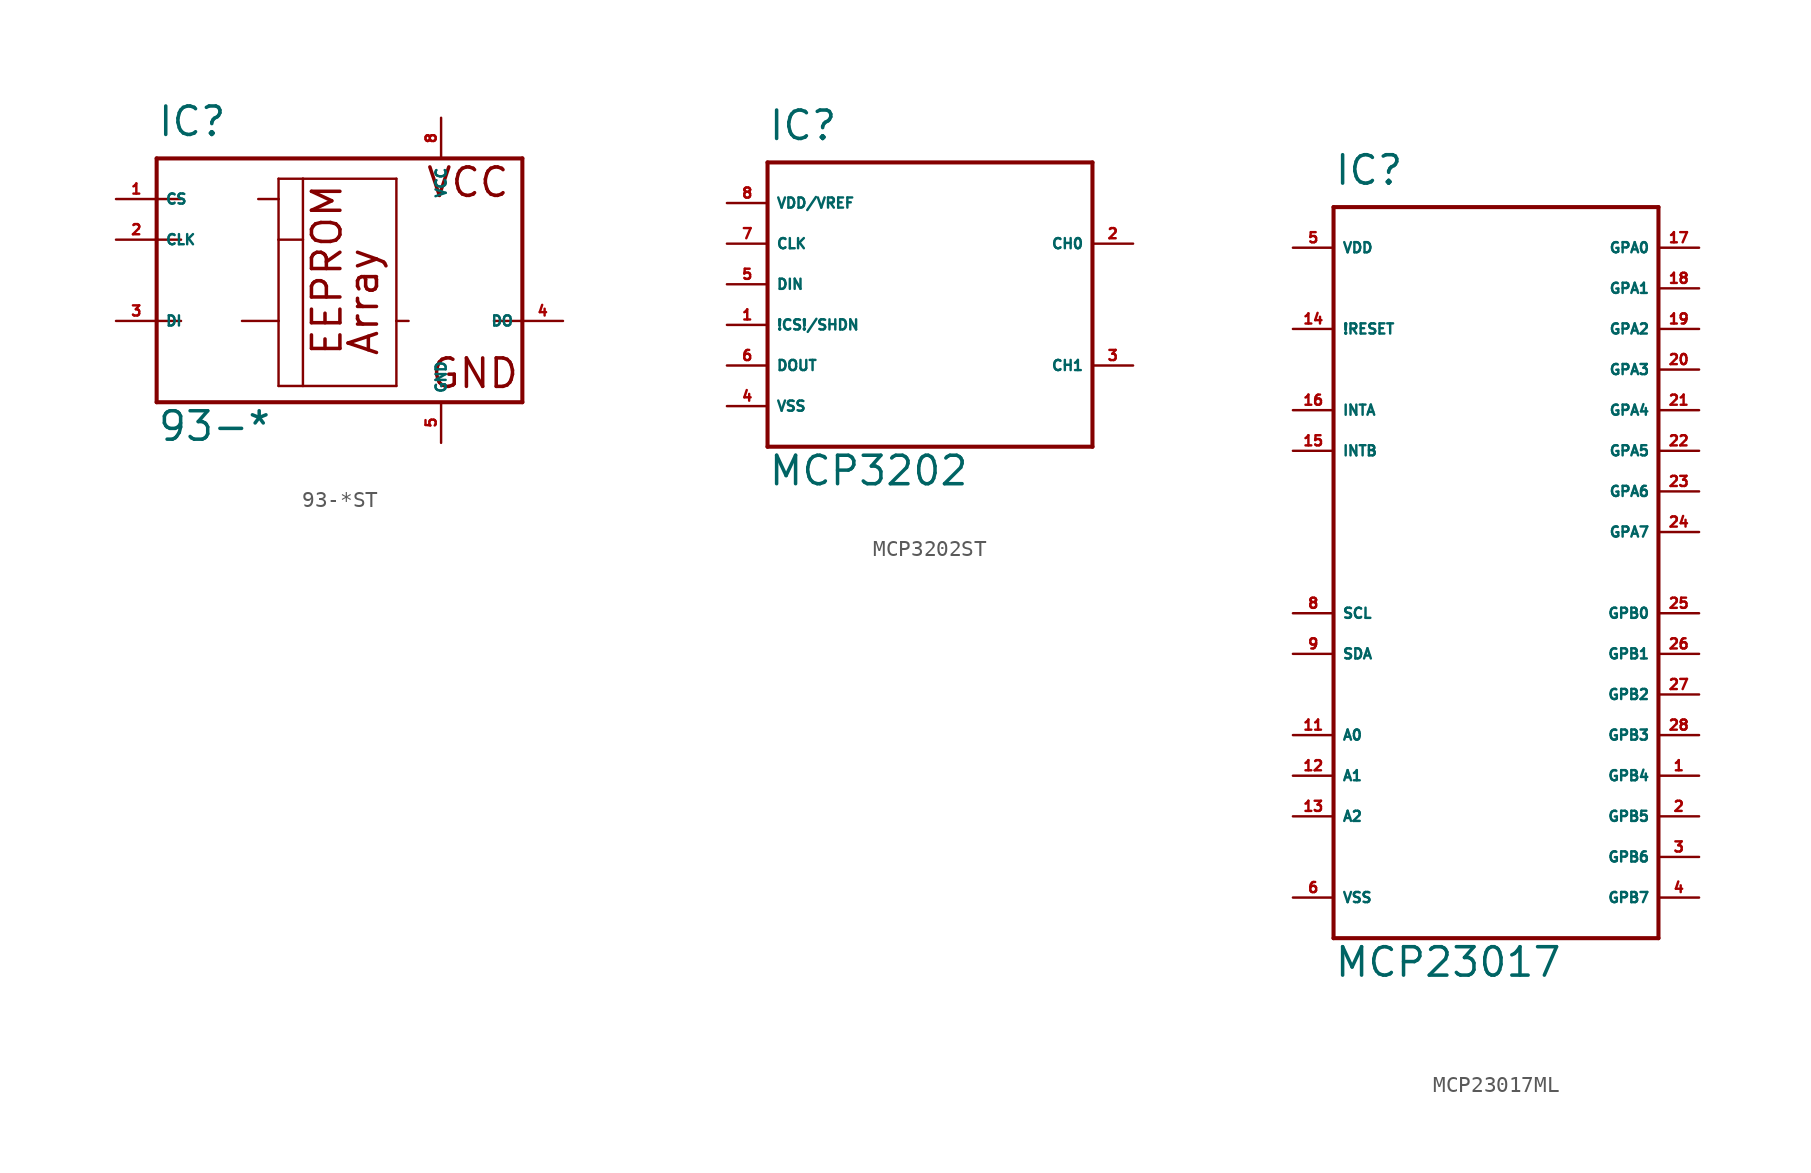
<source format=kicad_sym>
(kicad_symbol_lib
  (version 20220914)
  (generator Eagle2Kicad)
  (symbol "93-*ST"
    (property "Reference" "IC"
      (at -10.16 8.89 0)
      (effects (font (size 1.778 1.778) (thickness 0.22)) (justify left bottom)))
    (property "Value" "93-*"
      (at -10.16 -10.16 0)
      (effects (font (size 1.778 1.778) (thickness 0.22)) (justify left bottom)))
    (polyline
      (pts (xy -10.16 7.62) (xy 12.7 7.62))
      (stroke (width 0.254) (type default))
      (fill (type none)))
    (polyline
      (pts (xy 12.7 7.62) (xy 12.7 -2.54))
      (stroke (width 0.254) (type default))
      (fill (type none)))
    (polyline
      (pts (xy 12.7 -2.54) (xy 12.7 -7.62))
      (stroke (width 0.254) (type default))
      (fill (type none)))
    (polyline
      (pts (xy 12.7 -7.62) (xy -10.16 -7.62))
      (stroke (width 0.254) (type default))
      (fill (type none)))
    (polyline
      (pts (xy -10.16 -7.62) (xy -10.16 -2.54))
      (stroke (width 0.254) (type default))
      (fill (type none)))
    (polyline
      (pts (xy -10.16 -2.54) (xy -10.16 2.54))
      (stroke (width 0.254) (type default))
      (fill (type none)))
    (polyline
      (pts (xy -10.16 2.54) (xy -10.16 5.08))
      (stroke (width 0.254) (type default))
      (fill (type none)))
    (polyline
      (pts (xy -10.16 5.08) (xy -10.16 7.62))
      (stroke (width 0.254) (type default))
      (fill (type none)))
    (polyline
      (pts (xy -2.54 6.35) (xy -1.016 6.35))
      (stroke (width 0.152) (type default))
      (fill (type none)))
    (polyline
      (pts (xy -1.016 6.35) (xy 4.826 6.35))
      (stroke (width 0.152) (type default))
      (fill (type none)))
    (polyline
      (pts (xy 4.826 6.35) (xy 4.826 -2.54))
      (stroke (width 0.152) (type default))
      (fill (type none)))
    (polyline
      (pts (xy 4.826 -2.54) (xy 4.826 -6.604))
      (stroke (width 0.152) (type default))
      (fill (type none)))
    (polyline
      (pts (xy 4.826 -6.604) (xy -1.016 -6.604))
      (stroke (width 0.152) (type default))
      (fill (type none)))
    (polyline
      (pts (xy -1.016 -6.604) (xy -2.54 -6.604))
      (stroke (width 0.152) (type default))
      (fill (type none)))
    (polyline
      (pts (xy -2.54 -6.604) (xy -2.54 -2.54))
      (stroke (width 0.152) (type default))
      (fill (type none)))
    (polyline
      (pts (xy -2.54 -2.54) (xy -2.54 2.54))
      (stroke (width 0.152) (type default))
      (fill (type none)))
    (polyline
      (pts (xy -2.54 2.54) (xy -2.54 5.08))
      (stroke (width 0.152) (type default))
      (fill (type none)))
    (polyline
      (pts (xy -2.54 5.08) (xy -2.54 6.35))
      (stroke (width 0.152) (type default))
      (fill (type none)))
    (polyline
      (pts (xy -4.826 -2.54) (xy -2.54 -2.54))
      (stroke (width 0.152) (type default))
      (fill (type none)))
    (polyline
      (pts (xy -10.16 2.54) (xy -8.636 2.54))
      (stroke (width 0.152) (type default))
      (fill (type none)))
    (polyline
      (pts (xy -10.16 -2.54) (xy -8.636 -2.54))
      (stroke (width 0.152) (type default))
      (fill (type none)))
    (polyline
      (pts (xy 12.7 -2.54) (xy 10.922 -2.54))
      (stroke (width 0.152) (type default))
      (fill (type none)))
    (polyline
      (pts (xy 5.588 -2.54) (xy 4.826 -2.54))
      (stroke (width 0.152) (type default))
      (fill (type none)))
    (polyline
      (pts (xy -1.016 6.35) (xy -1.016 2.54))
      (stroke (width 0.152) (type default))
      (fill (type none)))
    (polyline
      (pts (xy -1.016 2.54) (xy -1.016 -6.604))
      (stroke (width 0.152) (type default))
      (fill (type none)))
    (polyline
      (pts (xy -10.16 5.08) (xy -8.636 5.08))
      (stroke (width 0.152) (type default))
      (fill (type none)))
    (polyline
      (pts (xy -3.81 5.08) (xy -2.54 5.08))
      (stroke (width 0.152) (type default))
      (fill (type none)))
    (polyline
      (pts (xy -1.016 2.54) (xy -2.54 2.54))
      (stroke (width 0.152) (type default))
      (fill (type none)))
    (text "Array"
      (at 3.81 -4.826 900)
      (effects (font (size 1.778 1.778) (thickness 0.22)) (justify left bottom)))
    (text "VCC"
      (at 6.604 5.08 0)
      (effects (font (size 1.778 1.778) (thickness 0.22)) (justify left bottom)))
    (text "GND"
      (at 6.858 -6.858 0)
      (effects (font (size 1.778 1.778) (thickness 0.22)) (justify left bottom)))
    (text "EEPROM"
      (at 1.524 -4.826 900)
      (effects (font (size 1.778 1.778) (thickness 0.22)) (justify left bottom)))
    (pin unspecified line
      (at 7.62 10.16 270)
      (length 2.54)
      (name "VCC" (effects (font (size 0.635 0.635) (thickness 0.08)) (justify left bottom)))
      (number "8" (effects (font (size 0.635 0.635) (thickness 0.08)) (justify left bottom))))
    (pin unspecified line
      (at 7.62 -10.16 90)
      (length 2.54)
      (name "GND" (effects (font (size 0.635 0.635) (thickness 0.08)) (justify left bottom)))
      (number "5" (effects (font (size 0.635 0.635) (thickness 0.08)) (justify left bottom))))
    (pin tri_state line
      (at 15.24 -2.54 180)
      (length 2.54)
      (name "DO" (effects (font (size 0.635 0.635) (thickness 0.08)) (justify left bottom)))
      (number "4" (effects (font (size 0.635 0.635) (thickness 0.08)) (justify left bottom))))
    (pin input line
      (at -12.7 -2.54 0)
      (length 2.54)
      (name "DI" (effects (font (size 0.635 0.635) (thickness 0.08)) (justify left bottom)))
      (number "3" (effects (font (size 0.635 0.635) (thickness 0.08)) (justify left bottom))))
    (pin input line
      (at -12.7 2.54 0)
      (length 2.54)
      (name "CLK" (effects (font (size 0.635 0.635) (thickness 0.08)) (justify left bottom)))
      (number "2" (effects (font (size 0.635 0.635) (thickness 0.08)) (justify left bottom))))
    (pin input line
      (at -12.7 5.08 0)
      (length 2.54)
      (name "CS" (effects (font (size 0.635 0.635) (thickness 0.08)) (justify left bottom)))
      (number "1" (effects (font (size 0.635 0.635) (thickness 0.08)) (justify left bottom)))))
  (symbol "MCP3202ST"
    (property "Reference" "IC"
      (at -10.16 8.89 0)
      (effects (font (size 1.778 1.778) (thickness 0.22)) (justify left bottom)))
    (property "Value" "MCP3202"
      (at -10.16 -12.7 0)
      (effects (font (size 1.778 1.778) (thickness 0.22)) (justify left bottom)))
    (polyline
      (pts (xy -10.16 7.62) (xy 10.16 7.62))
      (stroke (width 0.254) (type default))
      (fill (type none)))
    (polyline
      (pts (xy 10.16 7.62) (xy 10.16 -10.16))
      (stroke (width 0.254) (type default))
      (fill (type none)))
    (polyline
      (pts (xy 10.16 -10.16) (xy -10.16 -10.16))
      (stroke (width 0.254) (type default))
      (fill (type none)))
    (polyline
      (pts (xy -10.16 -10.16) (xy -10.16 7.62))
      (stroke (width 0.254) (type default))
      (fill (type none)))
    (pin input line
      (at -12.7 -2.54 0)
      (length 2.54)
      (name "!CS!/SHDN" (effects (font (size 0.635 0.635) (thickness 0.08)) (justify left bottom)))
      (number "1" (effects (font (size 0.635 0.635) (thickness 0.08)) (justify left bottom))))
    (pin input line
      (at 12.7 2.54 180)
      (length 2.54)
      (name "CH0" (effects (font (size 0.635 0.635) (thickness 0.08)) (justify left bottom)))
      (number "2" (effects (font (size 0.635 0.635) (thickness 0.08)) (justify left bottom))))
    (pin input line
      (at 12.7 -5.08 180)
      (length 2.54)
      (name "CH1" (effects (font (size 0.635 0.635) (thickness 0.08)) (justify left bottom)))
      (number "3" (effects (font (size 0.635 0.635) (thickness 0.08)) (justify left bottom))))
    (pin input line
      (at -12.7 -7.62 0)
      (length 2.54)
      (name "VSS" (effects (font (size 0.635 0.635) (thickness 0.08)) (justify left bottom)))
      (number "4" (effects (font (size 0.635 0.635) (thickness 0.08)) (justify left bottom))))
    (pin input line
      (at -12.7 0 0)
      (length 2.54)
      (name "DIN" (effects (font (size 0.635 0.635) (thickness 0.08)) (justify left bottom)))
      (number "5" (effects (font (size 0.635 0.635) (thickness 0.08)) (justify left bottom))))
    (pin input line
      (at -12.7 -5.08 0)
      (length 2.54)
      (name "DOUT" (effects (font (size 0.635 0.635) (thickness 0.08)) (justify left bottom)))
      (number "6" (effects (font (size 0.635 0.635) (thickness 0.08)) (justify left bottom))))
    (pin input line
      (at -12.7 2.54 0)
      (length 2.54)
      (name "CLK" (effects (font (size 0.635 0.635) (thickness 0.08)) (justify left bottom)))
      (number "7" (effects (font (size 0.635 0.635) (thickness 0.08)) (justify left bottom))))
    (pin input line
      (at -12.7 5.08 0)
      (length 2.54)
      (name "VDD/VREF" (effects (font (size 0.635 0.635) (thickness 0.08)) (justify left bottom)))
      (number "8" (effects (font (size 0.635 0.635) (thickness 0.08)) (justify left bottom)))))
  (symbol "MCP23017ML"
    (property "Reference" "IC"
      (at -10.16 24.13 0)
      (effects (font (size 1.778 1.778) (thickness 0.22)) (justify left bottom)))
    (property "Value" "MCP23017"
      (at -10.16 -25.4 0)
      (effects (font (size 1.778 1.778) (thickness 0.22)) (justify left bottom)))
    (polyline
      (pts (xy -10.16 22.86) (xy 10.16 22.86))
      (stroke (width 0.254) (type default))
      (fill (type none)))
    (polyline
      (pts (xy 10.16 22.86) (xy 10.16 -22.86))
      (stroke (width 0.254) (type default))
      (fill (type none)))
    (polyline
      (pts (xy 10.16 -22.86) (xy -10.16 -22.86))
      (stroke (width 0.254) (type default))
      (fill (type none)))
    (polyline
      (pts (xy -10.16 -22.86) (xy -10.16 22.86))
      (stroke (width 0.254) (type default))
      (fill (type none)))
    (pin input line
      (at -12.7 -2.54 0)
      (length 2.54)
      (name "SCL" (effects (font (size 0.635 0.635) (thickness 0.08)) (justify left bottom)))
      (number "8" (effects (font (size 0.635 0.635) (thickness 0.08)) (justify left bottom))))
    (pin bidirectional line
      (at -12.7 -5.08 0)
      (length 2.54)
      (name "SDA" (effects (font (size 0.635 0.635) (thickness 0.08)) (justify left bottom)))
      (number "9" (effects (font (size 0.635 0.635) (thickness 0.08)) (justify left bottom))))
    (pin input line
      (at -12.7 -10.16 0)
      (length 2.54)
      (name "A0" (effects (font (size 0.635 0.635) (thickness 0.08)) (justify left bottom)))
      (number "11" (effects (font (size 0.635 0.635) (thickness 0.08)) (justify left bottom))))
    (pin input line
      (at -12.7 -12.7 0)
      (length 2.54)
      (name "A1" (effects (font (size 0.635 0.635) (thickness 0.08)) (justify left bottom)))
      (number "12" (effects (font (size 0.635 0.635) (thickness 0.08)) (justify left bottom))))
    (pin input line
      (at -12.7 -15.24 0)
      (length 2.54)
      (name "A2" (effects (font (size 0.635 0.635) (thickness 0.08)) (justify left bottom)))
      (number "13" (effects (font (size 0.635 0.635) (thickness 0.08)) (justify left bottom))))
    (pin input line
      (at -12.7 15.24 0)
      (length 2.54)
      (name "!RESET" (effects (font (size 0.635 0.635) (thickness 0.08)) (justify left bottom)))
      (number "14" (effects (font (size 0.635 0.635) (thickness 0.08)) (justify left bottom))))
    (pin output line
      (at -12.7 10.16 0)
      (length 2.54)
      (name "INTA" (effects (font (size 0.635 0.635) (thickness 0.08)) (justify left bottom)))
      (number "16" (effects (font (size 0.635 0.635) (thickness 0.08)) (justify left bottom))))
    (pin output line
      (at -12.7 7.62 0)
      (length 2.54)
      (name "INTB" (effects (font (size 0.635 0.635) (thickness 0.08)) (justify left bottom)))
      (number "15" (effects (font (size 0.635 0.635) (thickness 0.08)) (justify left bottom))))
    (pin bidirectional line
      (at 12.7 -2.54 180)
      (length 2.54)
      (name "GPB0" (effects (font (size 0.635 0.635) (thickness 0.08)) (justify left bottom)))
      (number "25" (effects (font (size 0.635 0.635) (thickness 0.08)) (justify left bottom))))
    (pin bidirectional line
      (at 12.7 -5.08 180)
      (length 2.54)
      (name "GPB1" (effects (font (size 0.635 0.635) (thickness 0.08)) (justify left bottom)))
      (number "26" (effects (font (size 0.635 0.635) (thickness 0.08)) (justify left bottom))))
    (pin bidirectional line
      (at 12.7 -7.62 180)
      (length 2.54)
      (name "GPB2" (effects (font (size 0.635 0.635) (thickness 0.08)) (justify left bottom)))
      (number "27" (effects (font (size 0.635 0.635) (thickness 0.08)) (justify left bottom))))
    (pin bidirectional line
      (at 12.7 -10.16 180)
      (length 2.54)
      (name "GPB3" (effects (font (size 0.635 0.635) (thickness 0.08)) (justify left bottom)))
      (number "28" (effects (font (size 0.635 0.635) (thickness 0.08)) (justify left bottom))))
    (pin bidirectional line
      (at 12.7 -12.7 180)
      (length 2.54)
      (name "GPB4" (effects (font (size 0.635 0.635) (thickness 0.08)) (justify left bottom)))
      (number "1" (effects (font (size 0.635 0.635) (thickness 0.08)) (justify left bottom))))
    (pin bidirectional line
      (at 12.7 -15.24 180)
      (length 2.54)
      (name "GPB5" (effects (font (size 0.635 0.635) (thickness 0.08)) (justify left bottom)))
      (number "2" (effects (font (size 0.635 0.635) (thickness 0.08)) (justify left bottom))))
    (pin bidirectional line
      (at 12.7 -17.78 180)
      (length 2.54)
      (name "GPB6" (effects (font (size 0.635 0.635) (thickness 0.08)) (justify left bottom)))
      (number "3" (effects (font (size 0.635 0.635) (thickness 0.08)) (justify left bottom))))
    (pin bidirectional line
      (at 12.7 -20.32 180)
      (length 2.54)
      (name "GPB7" (effects (font (size 0.635 0.635) (thickness 0.08)) (justify left bottom)))
      (number "4" (effects (font (size 0.635 0.635) (thickness 0.08)) (justify left bottom))))
    (pin bidirectional line
      (at 12.7 20.32 180)
      (length 2.54)
      (name "GPA0" (effects (font (size 0.635 0.635) (thickness 0.08)) (justify left bottom)))
      (number "17" (effects (font (size 0.635 0.635) (thickness 0.08)) (justify left bottom))))
    (pin bidirectional line
      (at 12.7 17.78 180)
      (length 2.54)
      (name "GPA1" (effects (font (size 0.635 0.635) (thickness 0.08)) (justify left bottom)))
      (number "18" (effects (font (size 0.635 0.635) (thickness 0.08)) (justify left bottom))))
    (pin bidirectional line
      (at 12.7 15.24 180)
      (length 2.54)
      (name "GPA2" (effects (font (size 0.635 0.635) (thickness 0.08)) (justify left bottom)))
      (number "19" (effects (font (size 0.635 0.635) (thickness 0.08)) (justify left bottom))))
    (pin bidirectional line
      (at 12.7 12.7 180)
      (length 2.54)
      (name "GPA3" (effects (font (size 0.635 0.635) (thickness 0.08)) (justify left bottom)))
      (number "20" (effects (font (size 0.635 0.635) (thickness 0.08)) (justify left bottom))))
    (pin bidirectional line
      (at 12.7 10.16 180)
      (length 2.54)
      (name "GPA4" (effects (font (size 0.635 0.635) (thickness 0.08)) (justify left bottom)))
      (number "21" (effects (font (size 0.635 0.635) (thickness 0.08)) (justify left bottom))))
    (pin bidirectional line
      (at 12.7 7.62 180)
      (length 2.54)
      (name "GPA5" (effects (font (size 0.635 0.635) (thickness 0.08)) (justify left bottom)))
      (number "22" (effects (font (size 0.635 0.635) (thickness 0.08)) (justify left bottom))))
    (pin bidirectional line
      (at 12.7 5.08 180)
      (length 2.54)
      (name "GPA6" (effects (font (size 0.635 0.635) (thickness 0.08)) (justify left bottom)))
      (number "23" (effects (font (size 0.635 0.635) (thickness 0.08)) (justify left bottom))))
    (pin bidirectional line
      (at 12.7 2.54 180)
      (length 2.54)
      (name "GPA7" (effects (font (size 0.635 0.635) (thickness 0.08)) (justify left bottom)))
      (number "24" (effects (font (size 0.635 0.635) (thickness 0.08)) (justify left bottom))))
    (pin unspecified line
      (at -12.7 20.32 0)
      (length 2.54)
      (name "VDD" (effects (font (size 0.635 0.635) (thickness 0.08)) (justify left bottom)))
      (number "5" (effects (font (size 0.635 0.635) (thickness 0.08)) (justify left bottom))))
    (pin unspecified line
      (at -12.7 -20.32 0)
      (length 2.54)
      (name "VSS" (effects (font (size 0.635 0.635) (thickness 0.08)) (justify left bottom)))
      (number "6" (effects (font (size 0.635 0.635) (thickness 0.08)) (justify left bottom))))))
</source>
